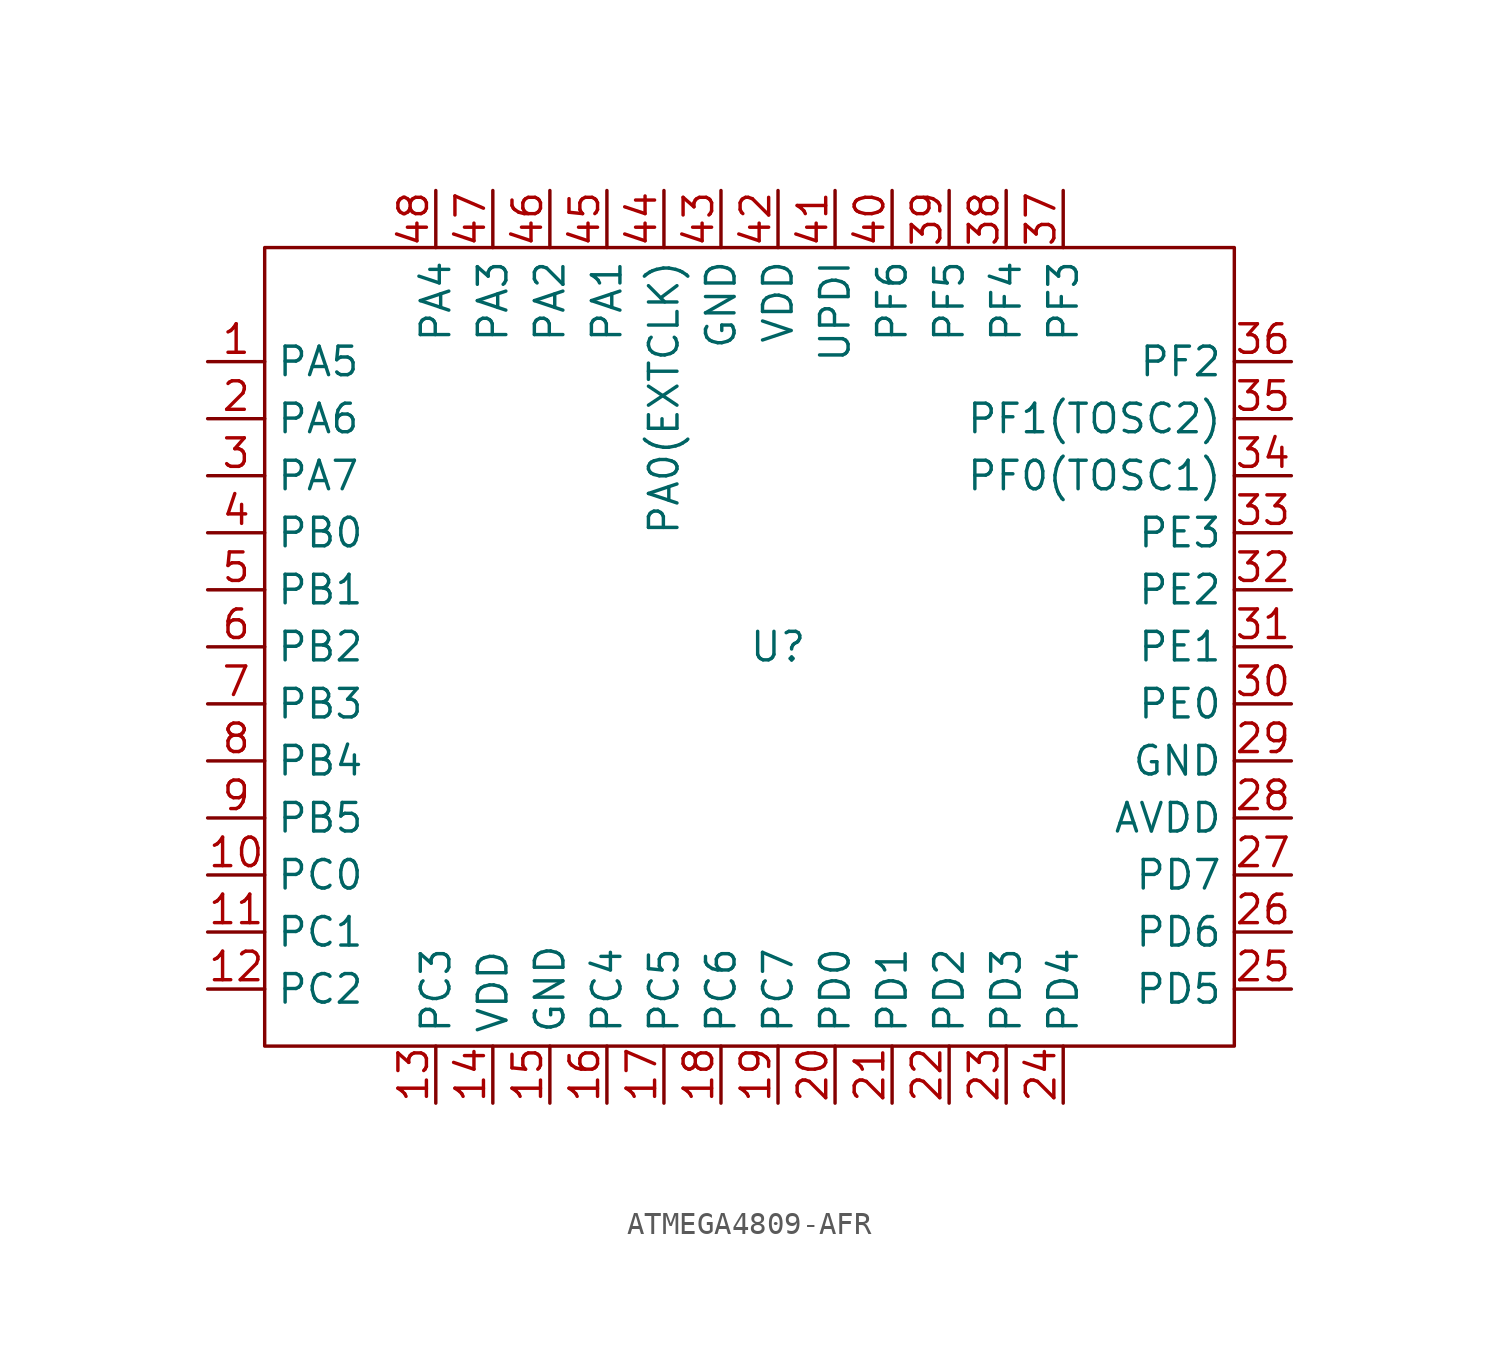
<source format=kicad_sym>
(kicad_symbol_lib
  (version 20231120)
  (generator "kicad_symbol_editor")
  (generator_version "8.0")
  (symbol "ATMEGA4809-AFR"
    (property "Reference" "U"
      (at 0 0 0)
      (effects (font (size 1.27 1.27))))
    (property "Value" ""
      (at 0 0 0)
      (effects (font (size 1.27 1.27))))
    (symbol "ATMEGA4809-AFR_1_0"
      (rectangle (start -22.86 -17.78) (end 20.32 17.78) (stroke (width 0) (type default)) (fill (type none)))
      (pin unspecified line (at -25.4 12.7 0) (length 2.54) (name "PA5" (effects (font (size 1.27 1.27)))) (number "1" (effects (font (size 1.27 1.27)))))
      (pin unspecified line (at -25.4 -10.16 0) (length 2.54) (name "PC0" (effects (font (size 1.27 1.27)))) (number "10" (effects (font (size 1.27 1.27)))))
      (pin unspecified line (at -25.4 -12.7 0) (length 2.54) (name "PC1" (effects (font (size 1.27 1.27)))) (number "11" (effects (font (size 1.27 1.27)))))
      (pin unspecified line (at -25.4 -15.24 0) (length 2.54) (name "PC2" (effects (font (size 1.27 1.27)))) (number "12" (effects (font (size 1.27 1.27)))))
      (pin unspecified line (at -15.24 -20.32 90) (length 2.54) (name "PC3" (effects (font (size 1.27 1.27)))) (number "13" (effects (font (size 1.27 1.27)))))
      (pin unspecified line (at -12.7 -20.32 90) (length 2.54) (name "VDD" (effects (font (size 1.27 1.27)))) (number "14" (effects (font (size 1.27 1.27)))))
      (pin unspecified line (at -10.16 -20.32 90) (length 2.54) (name "GND" (effects (font (size 1.27 1.27)))) (number "15" (effects (font (size 1.27 1.27)))))
      (pin unspecified line (at -7.62 -20.32 90) (length 2.54) (name "PC4" (effects (font (size 1.27 1.27)))) (number "16" (effects (font (size 1.27 1.27)))))
      (pin unspecified line (at -5.08 -20.32 90) (length 2.54) (name "PC5" (effects (font (size 1.27 1.27)))) (number "17" (effects (font (size 1.27 1.27)))))
      (pin unspecified line (at -2.54 -20.32 90) (length 2.54) (name "PC6" (effects (font (size 1.27 1.27)))) (number "18" (effects (font (size 1.27 1.27)))))
      (pin unspecified line (at 0 -20.32 90) (length 2.54) (name "PC7" (effects (font (size 1.27 1.27)))) (number "19" (effects (font (size 1.27 1.27)))))
      (pin unspecified line (at -25.4 10.16 0) (length 2.54) (name "PA6" (effects (font (size 1.27 1.27)))) (number "2" (effects (font (size 1.27 1.27)))))
      (pin unspecified line (at 2.54 -20.32 90) (length 2.54) (name "PD0" (effects (font (size 1.27 1.27)))) (number "20" (effects (font (size 1.27 1.27)))))
      (pin unspecified line (at 5.08 -20.32 90) (length 2.54) (name "PD1" (effects (font (size 1.27 1.27)))) (number "21" (effects (font (size 1.27 1.27)))))
      (pin unspecified line (at 7.62 -20.32 90) (length 2.54) (name "PD2" (effects (font (size 1.27 1.27)))) (number "22" (effects (font (size 1.27 1.27)))))
      (pin unspecified line (at 10.16 -20.32 90) (length 2.54) (name "PD3" (effects (font (size 1.27 1.27)))) (number "23" (effects (font (size 1.27 1.27)))))
      (pin unspecified line (at 12.7 -20.32 90) (length 2.54) (name "PD4" (effects (font (size 1.27 1.27)))) (number "24" (effects (font (size 1.27 1.27)))))
      (pin unspecified line (at 22.86 -15.24 180) (length 2.54) (name "PD5" (effects (font (size 1.27 1.27)))) (number "25" (effects (font (size 1.27 1.27)))))
      (pin unspecified line (at 22.86 -12.7 180) (length 2.54) (name "PD6" (effects (font (size 1.27 1.27)))) (number "26" (effects (font (size 1.27 1.27)))))
      (pin unspecified line (at 22.86 -10.16 180) (length 2.54) (name "PD7" (effects (font (size 1.27 1.27)))) (number "27" (effects (font (size 1.27 1.27)))))
      (pin unspecified line (at 22.86 -7.62 180) (length 2.54) (name "AVDD" (effects (font (size 1.27 1.27)))) (number "28" (effects (font (size 1.27 1.27)))))
      (pin unspecified line (at 22.86 -5.08 180) (length 2.54) (name "GND" (effects (font (size 1.27 1.27)))) (number "29" (effects (font (size 1.27 1.27)))))
      (pin unspecified line (at -25.4 7.62 0) (length 2.54) (name "PA7" (effects (font (size 1.27 1.27)))) (number "3" (effects (font (size 1.27 1.27)))))
      (pin unspecified line (at 22.86 -2.54 180) (length 2.54) (name "PE0" (effects (font (size 1.27 1.27)))) (number "30" (effects (font (size 1.27 1.27)))))
      (pin unspecified line (at 22.86 0 180) (length 2.54) (name "PE1" (effects (font (size 1.27 1.27)))) (number "31" (effects (font (size 1.27 1.27)))))
      (pin unspecified line (at 22.86 2.54 180) (length 2.54) (name "PE2" (effects (font (size 1.27 1.27)))) (number "32" (effects (font (size 1.27 1.27)))))
      (pin unspecified line (at 22.86 5.08 180) (length 2.54) (name "PE3" (effects (font (size 1.27 1.27)))) (number "33" (effects (font (size 1.27 1.27)))))
      (pin unspecified line (at 22.86 7.62 180) (length 2.54) (name "PF0(TOSC1)" (effects (font (size 1.27 1.27)))) (number "34" (effects (font (size 1.27 1.27)))))
      (pin unspecified line (at 22.86 10.16 180) (length 2.54) (name "PF1(TOSC2)" (effects (font (size 1.27 1.27)))) (number "35" (effects (font (size 1.27 1.27)))))
      (pin unspecified line (at 22.86 12.7 180) (length 2.54) (name "PF2" (effects (font (size 1.27 1.27)))) (number "36" (effects (font (size 1.27 1.27)))))
      (pin unspecified line (at 12.7 20.32 270) (length 2.54) (name "PF3" (effects (font (size 1.27 1.27)))) (number "37" (effects (font (size 1.27 1.27)))))
      (pin unspecified line (at 10.16 20.32 270) (length 2.54) (name "PF4" (effects (font (size 1.27 1.27)))) (number "38" (effects (font (size 1.27 1.27)))))
      (pin unspecified line (at 7.62 20.32 270) (length 2.54) (name "PF5" (effects (font (size 1.27 1.27)))) (number "39" (effects (font (size 1.27 1.27)))))
      (pin unspecified line (at -25.4 5.08 0) (length 2.54) (name "PB0" (effects (font (size 1.27 1.27)))) (number "4" (effects (font (size 1.27 1.27)))))
      (pin unspecified line (at 5.08 20.32 270) (length 2.54) (name "PF6" (effects (font (size 1.27 1.27)))) (number "40" (effects (font (size 1.27 1.27)))))
      (pin unspecified line (at 2.54 20.32 270) (length 2.54) (name "UPDI" (effects (font (size 1.27 1.27)))) (number "41" (effects (font (size 1.27 1.27)))))
      (pin unspecified line (at 0 20.32 270) (length 2.54) (name "VDD" (effects (font (size 1.27 1.27)))) (number "42" (effects (font (size 1.27 1.27)))))
      (pin unspecified line (at -2.54 20.32 270) (length 2.54) (name "GND" (effects (font (size 1.27 1.27)))) (number "43" (effects (font (size 1.27 1.27)))))
      (pin unspecified line (at -5.08 20.32 270) (length 2.54) (name "PA0(EXTCLK)" (effects (font (size 1.27 1.27)))) (number "44" (effects (font (size 1.27 1.27)))))
      (pin unspecified line (at -7.62 20.32 270) (length 2.54) (name "PA1" (effects (font (size 1.27 1.27)))) (number "45" (effects (font (size 1.27 1.27)))))
      (pin unspecified line (at -10.16 20.32 270) (length 2.54) (name "PA2" (effects (font (size 1.27 1.27)))) (number "46" (effects (font (size 1.27 1.27)))))
      (pin unspecified line (at -12.7 20.32 270) (length 2.54) (name "PA3" (effects (font (size 1.27 1.27)))) (number "47" (effects (font (size 1.27 1.27)))))
      (pin unspecified line (at -15.24 20.32 270) (length 2.54) (name "PA4" (effects (font (size 1.27 1.27)))) (number "48" (effects (font (size 1.27 1.27)))))
      (pin unspecified line (at -25.4 2.54 0) (length 2.54) (name "PB1" (effects (font (size 1.27 1.27)))) (number "5" (effects (font (size 1.27 1.27)))))
      (pin unspecified line (at -25.4 0 0) (length 2.54) (name "PB2" (effects (font (size 1.27 1.27)))) (number "6" (effects (font (size 1.27 1.27)))))
      (pin unspecified line (at -25.4 -2.54 0) (length 2.54) (name "PB3" (effects (font (size 1.27 1.27)))) (number "7" (effects (font (size 1.27 1.27)))))
      (pin unspecified line (at -25.4 -5.08 0) (length 2.54) (name "PB4" (effects (font (size 1.27 1.27)))) (number "8" (effects (font (size 1.27 1.27)))))
      (pin unspecified line (at -25.4 -7.62 0) (length 2.54) (name "PB5" (effects (font (size 1.27 1.27)))) (number "9" (effects (font (size 1.27 1.27))))))))
</source>
